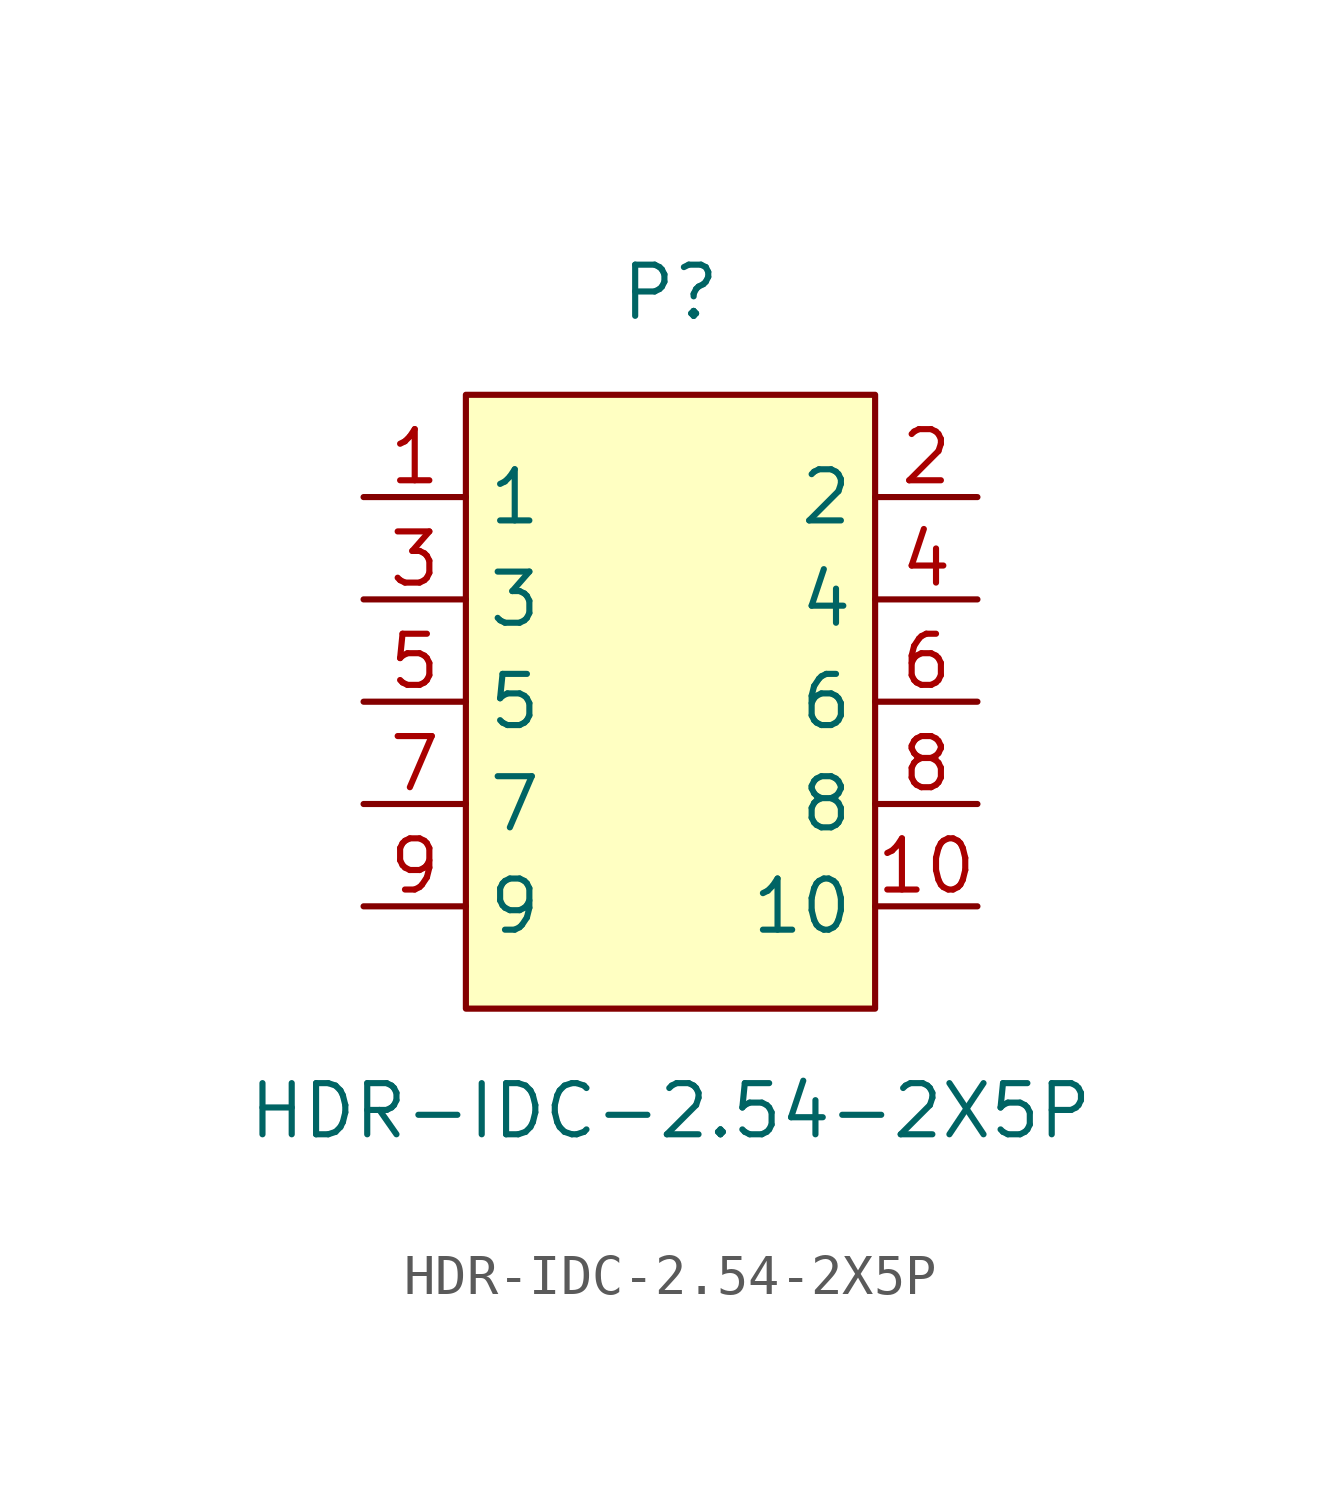
<source format=kicad_sym>
(kicad_symbol_lib
  (version 20211014)
  (generator https://github.com/uPesy/easyeda2kicad.py)
  (symbol "HDR-IDC-2.54-2X5P"
    (property "Reference" "P"
      (at 0 10.16 0)
      (effects (font (size 1.27 1.27))))
    (property "Value" "HDR-IDC-2.54-2X5P"
      (at 0 -10.16 0)
      (effects (font (size 1.27 1.27))))
    (symbol "HDR-IDC-2.54-2X5P_0_1"
      (rectangle (start -5.08 7.62) (end 5.08 -7.62) (stroke (width 0) (type default) (color 0 0 0 0)) (fill (type background)))
      (pin unspecified line (at -7.62 5.08 0) (length 2.54) (name "1" (effects (font (size 1.27 1.27)))) (number "1" (effects (font (size 1.27 1.27)))))
      (pin unspecified line (at 7.62 5.08 180) (length 2.54) (name "2" (effects (font (size 1.27 1.27)))) (number "2" (effects (font (size 1.27 1.27)))))
      (pin unspecified line (at -7.62 2.54 0) (length 2.54) (name "3" (effects (font (size 1.27 1.27)))) (number "3" (effects (font (size 1.27 1.27)))))
      (pin unspecified line (at 7.62 2.54 180) (length 2.54) (name "4" (effects (font (size 1.27 1.27)))) (number "4" (effects (font (size 1.27 1.27)))))
      (pin unspecified line (at -7.62 -0.00 0) (length 2.54) (name "5" (effects (font (size 1.27 1.27)))) (number "5" (effects (font (size 1.27 1.27)))))
      (pin unspecified line (at 7.62 -0.00 180) (length 2.54) (name "6" (effects (font (size 1.27 1.27)))) (number "6" (effects (font (size 1.27 1.27)))))
      (pin unspecified line (at -7.62 -2.54 0) (length 2.54) (name "7" (effects (font (size 1.27 1.27)))) (number "7" (effects (font (size 1.27 1.27)))))
      (pin unspecified line (at 7.62 -2.54 180) (length 2.54) (name "8" (effects (font (size 1.27 1.27)))) (number "8" (effects (font (size 1.27 1.27)))))
      (pin unspecified line (at -7.62 -5.08 0) (length 2.54) (name "9" (effects (font (size 1.27 1.27)))) (number "9" (effects (font (size 1.27 1.27)))))
      (pin unspecified line (at 7.62 -5.08 180) (length 2.54) (name "10" (effects (font (size 1.27 1.27)))) (number "10" (effects (font (size 1.27 1.27))))))))
</source>
